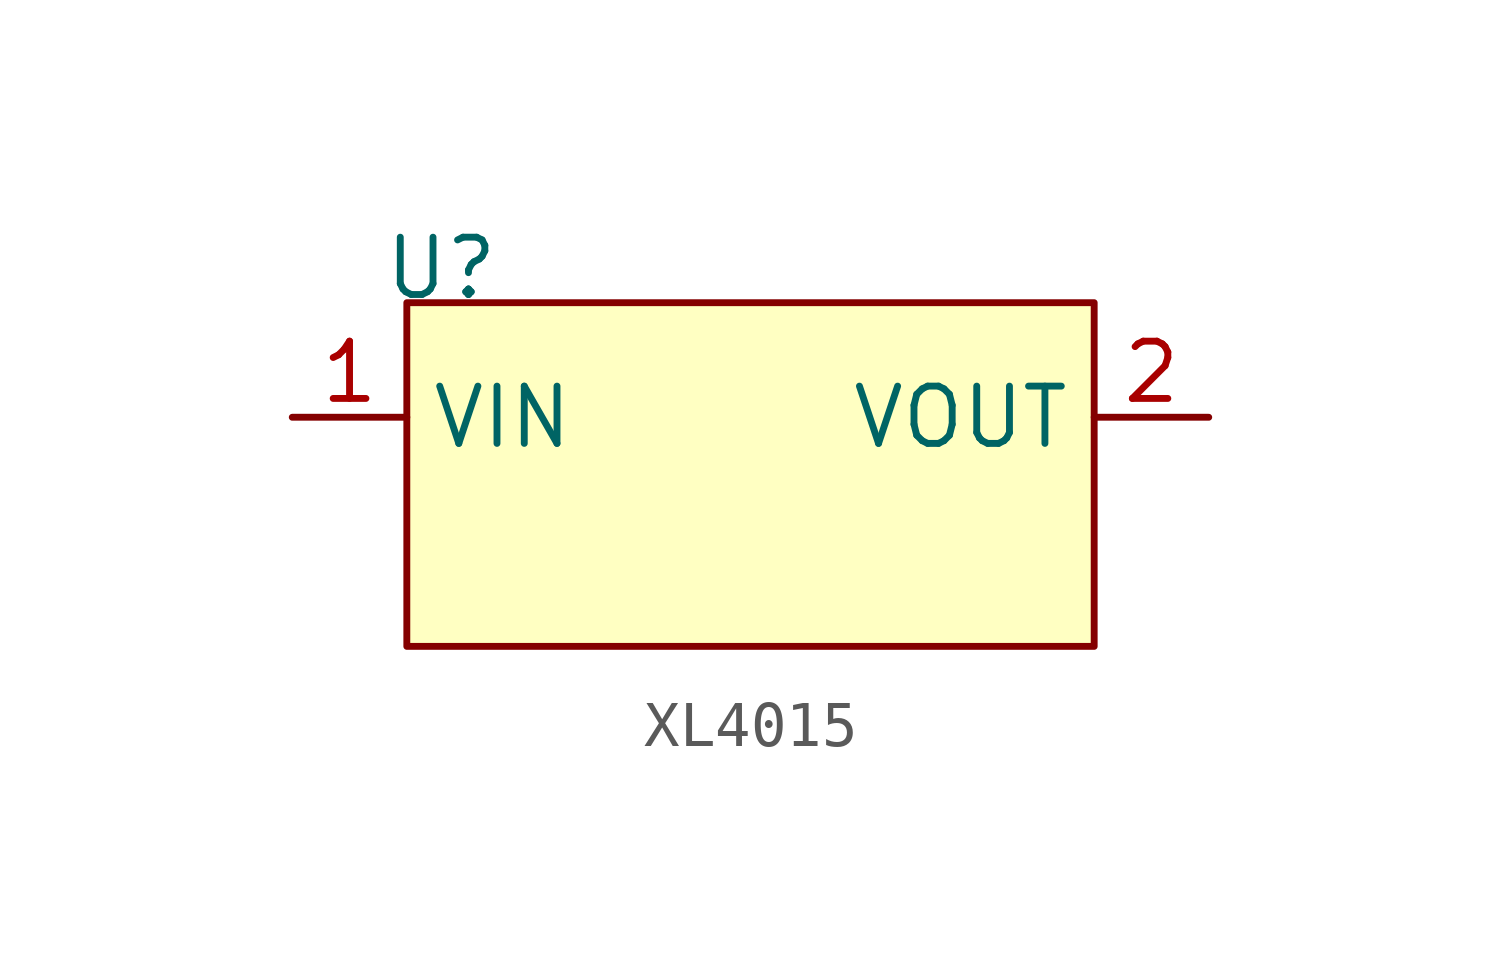
<source format=kicad_sym>
(kicad_symbol_lib
  (version 20241209)
  (generator "kicad_symbol_editor")
  (generator_version "9.0")
  (symbol "XL4015"
    (property "Reference" "U"
      (at -0.508 0.762 0)
      (effects (font (size 1.27 1.27))))
    (property "Value" ""
      (at 0 0 0)
      (effects (font (size 1.27 1.27))))
    (symbol "XL4015_1_1"
      (rectangle (start -1.27 0) (end 13.97 -7.62) (stroke (width 0) (type solid)) (fill (type background)))
      (pin power_in line (at -3.81 -2.54 0) (length 2.54) (name "VIN" (effects (font (size 1.27 1.27)))) (number "1" (effects (font (size 1.27 1.27)))))
      (pin power_out line (at 16.51 -2.54 180) (length 2.54) (name "VOUT" (effects (font (size 1.27 1.27)))) (number "2" (effects (font (size 1.27 1.27))))))))
</source>
